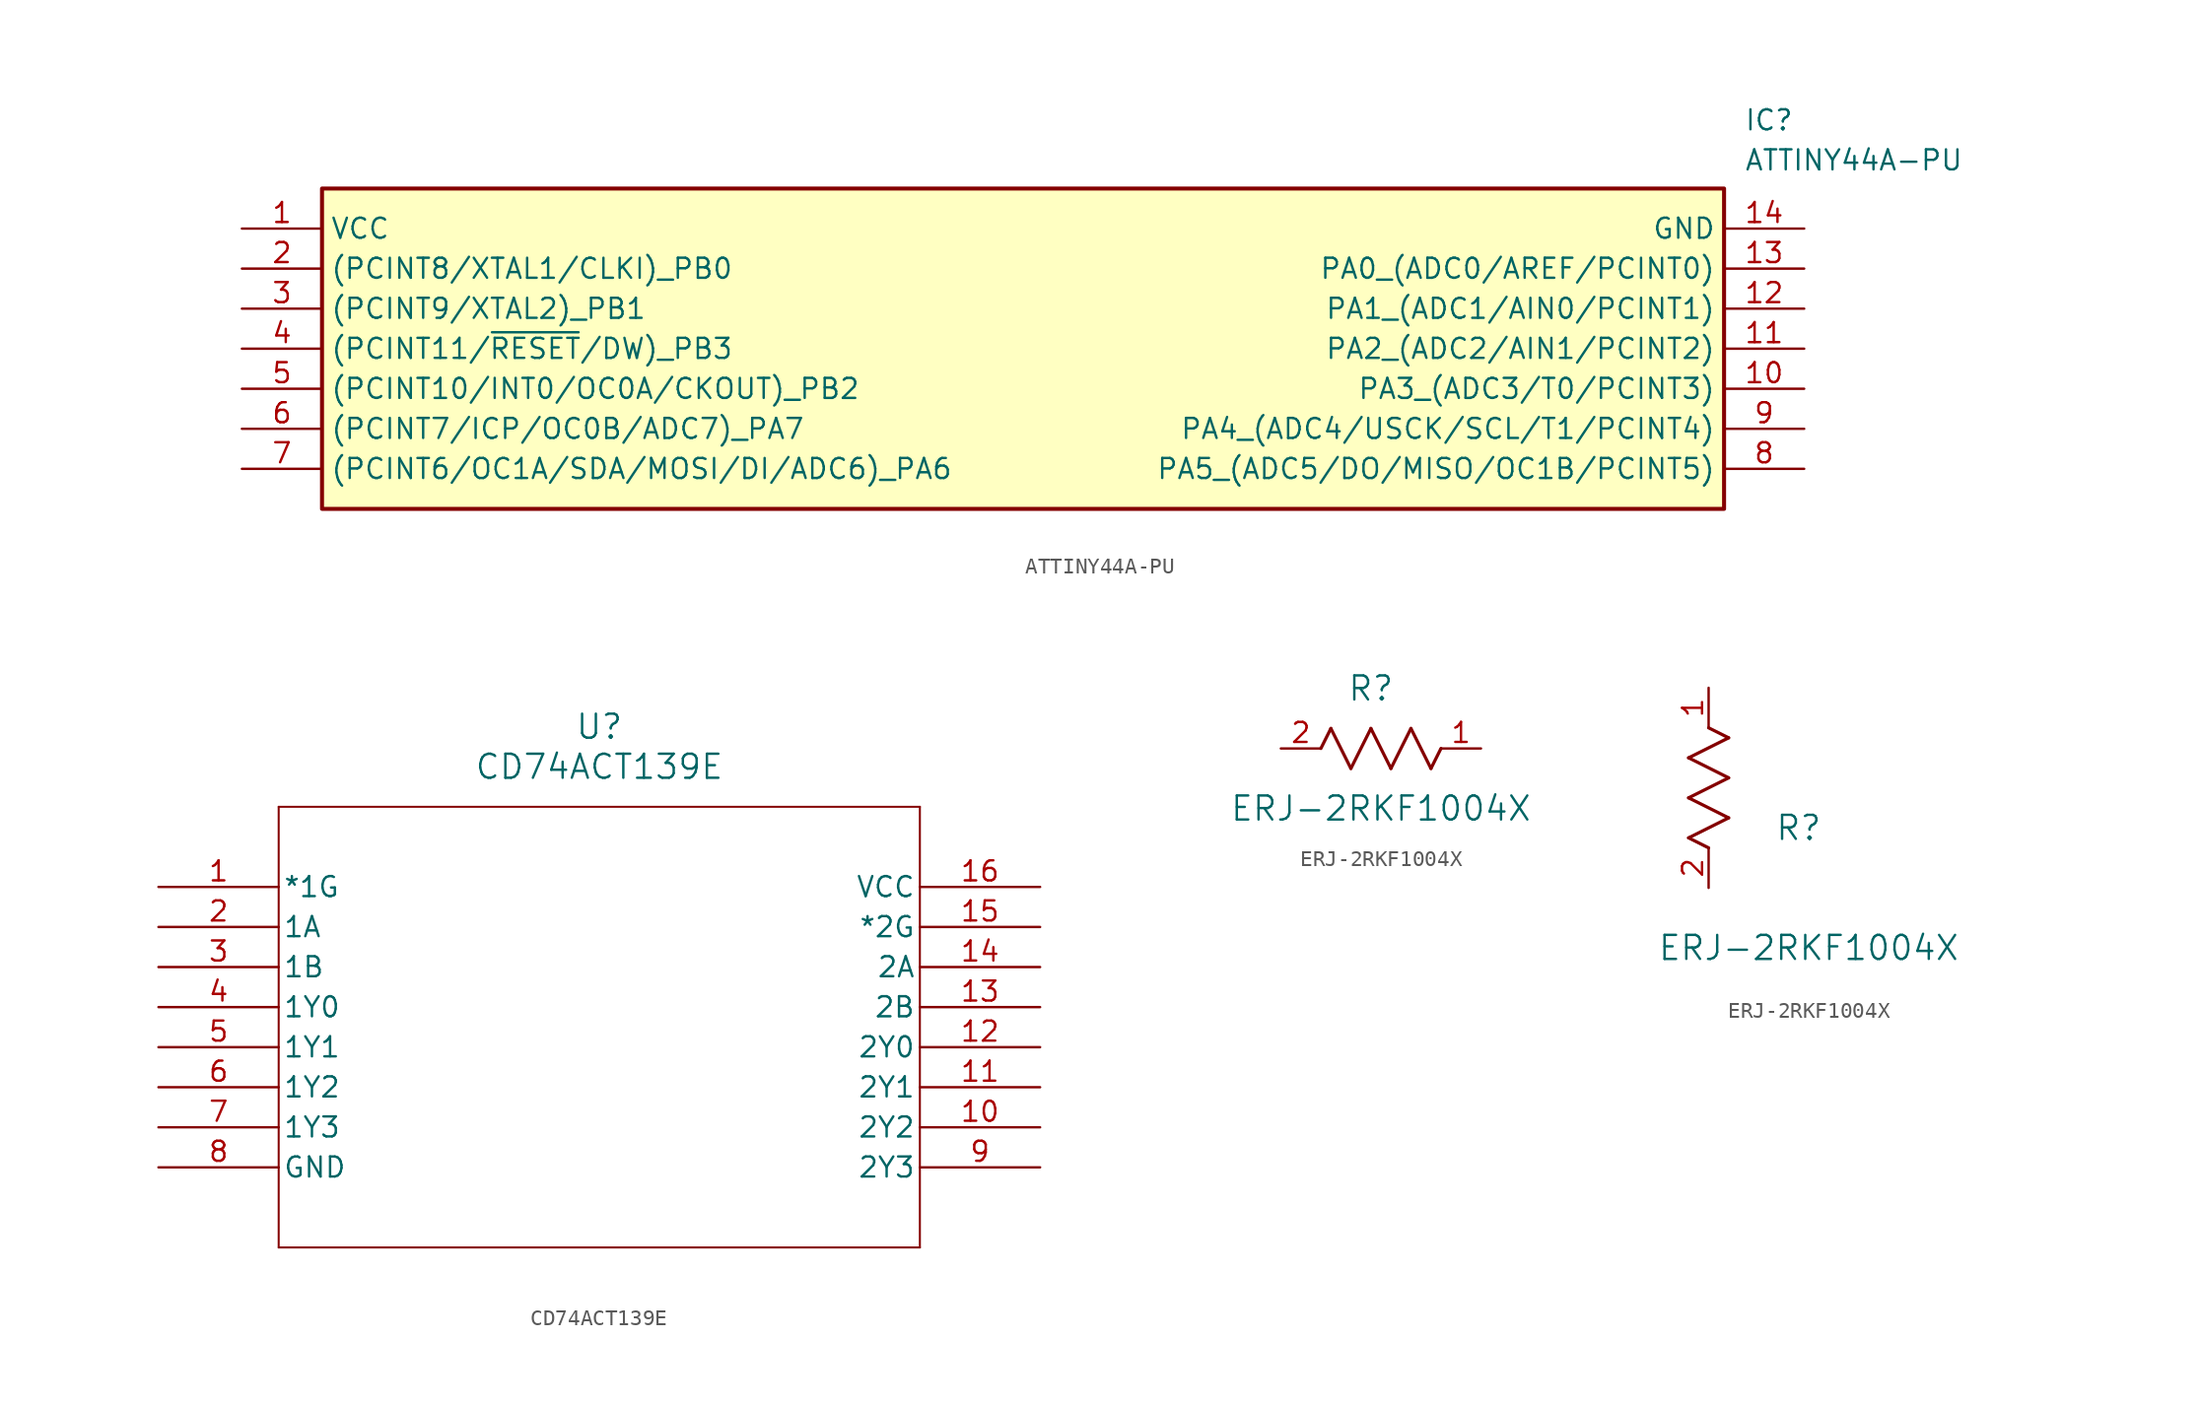
<source format=kicad_sym>
(kicad_symbol_lib
  (version 20220914)
  (generator kicad_symbol_editor)
  (symbol "ATTINY44A-PU"
    (property "Reference" "IC"
      (at 95.25 7.62 0)
      (effects (font (size 1.27 1.27)) (justify left top)))
    (property "Value" "ATTINY44A-PU"
      (at 95.25 5.08 0)
      (effects (font (size 1.27 1.27)) (justify left top)))
    (symbol "ATTINY44A-PU_1_1"
      (rectangle (start 5.08 2.54) (end 93.98 -17.78) (stroke (width 0.254) (type default)) (fill (type background)))
      (pin passive line (at 0 0 0) (length 5.08) (name "VCC" (effects (font (size 1.27 1.27)))) (number "1" (effects (font (size 1.27 1.27)))))
      (pin passive line (at 99.06 -10.16 180) (length 5.08) (name "PA3_(ADC3/T0/PCINT3)" (effects (font (size 1.27 1.27)))) (number "10" (effects (font (size 1.27 1.27)))))
      (pin passive line (at 99.06 -7.62 180) (length 5.08) (name "PA2_(ADC2/AIN1/PCINT2)" (effects (font (size 1.27 1.27)))) (number "11" (effects (font (size 1.27 1.27)))))
      (pin passive line (at 99.06 -5.08 180) (length 5.08) (name "PA1_(ADC1/AIN0/PCINT1)" (effects (font (size 1.27 1.27)))) (number "12" (effects (font (size 1.27 1.27)))))
      (pin passive line (at 99.06 -2.54 180) (length 5.08) (name "PA0_(ADC0/AREF/PCINT0)" (effects (font (size 1.27 1.27)))) (number "13" (effects (font (size 1.27 1.27)))))
      (pin passive line (at 99.06 0 180) (length 5.08) (name "GND" (effects (font (size 1.27 1.27)))) (number "14" (effects (font (size 1.27 1.27)))))
      (pin passive line (at 0 -2.54 0) (length 5.08) (name "(PCINT8/XTAL1/CLKI)_PB0" (effects (font (size 1.27 1.27)))) (number "2" (effects (font (size 1.27 1.27)))))
      (pin passive line (at 0 -5.08 0) (length 5.08) (name "(PCINT9/XTAL2)_PB1" (effects (font (size 1.27 1.27)))) (number "3" (effects (font (size 1.27 1.27)))))
      (pin passive line (at 0 -7.62 0) (length 5.08) (name "(PCINT11/~{RESET}/DW)_PB3" (effects (font (size 1.27 1.27)))) (number "4" (effects (font (size 1.27 1.27)))))
      (pin passive line (at 0 -10.16 0) (length 5.08) (name "(PCINT10/INT0/OC0A/CKOUT)_PB2" (effects (font (size 1.27 1.27)))) (number "5" (effects (font (size 1.27 1.27)))))
      (pin passive line (at 0 -12.7 0) (length 5.08) (name "(PCINT7/ICP/OC0B/ADC7)_PA7" (effects (font (size 1.27 1.27)))) (number "6" (effects (font (size 1.27 1.27)))))
      (pin passive line (at 0 -15.24 0) (length 5.08) (name "(PCINT6/OC1A/SDA/MOSI/DI/ADC6)_PA6" (effects (font (size 1.27 1.27)))) (number "7" (effects (font (size 1.27 1.27)))))
      (pin passive line (at 99.06 -15.24 180) (length 5.08) (name "PA5_(ADC5/DO/MISO/OC1B/PCINT5)" (effects (font (size 1.27 1.27)))) (number "8" (effects (font (size 1.27 1.27)))))
      (pin passive line (at 99.06 -12.7 180) (length 5.08) (name "PA4_(ADC4/USCK/SCL/T1/PCINT4)" (effects (font (size 1.27 1.27)))) (number "9" (effects (font (size 1.27 1.27)))))))
  (symbol "CD74ACT139E"
    (pin_names
      (offset 0.254))
    (property "Reference" "U"
      (at 27.94 10.16 0)
      (effects (font (size 1.524 1.524))))
    (property "Value" "CD74ACT139E"
      (at 27.94 7.62 0)
      (effects (font (size 1.524 1.524))))
    (property "ki_locked" ""
      (at 0 0 0)
      (effects (font (size 1.27 1.27))))
    (symbol "CD74ACT139E_0_1"
      (polyline (pts (xy 7.62 -22.86) (xy 48.26 -22.86)) (stroke (width 0.127) (type default)) (fill (type none)))
      (polyline (pts (xy 7.62 5.08) (xy 7.62 -22.86)) (stroke (width 0.127) (type default)) (fill (type none)))
      (polyline (pts (xy 48.26 -22.86) (xy 48.26 5.08)) (stroke (width 0.127) (type default)) (fill (type none)))
      (polyline (pts (xy 48.26 5.08) (xy 7.62 5.08)) (stroke (width 0.127) (type default)) (fill (type none)))
      (pin input line (at 0 0 0) (length 7.62) (name "*1G" (effects (font (size 1.27 1.27)))) (number "1" (effects (font (size 1.27 1.27)))))
      (pin unspecified line (at 55.88 -15.24 180) (length 7.62) (name "2Y2" (effects (font (size 1.27 1.27)))) (number "10" (effects (font (size 1.27 1.27)))))
      (pin unspecified line (at 55.88 -12.7 180) (length 7.62) (name "2Y1" (effects (font (size 1.27 1.27)))) (number "11" (effects (font (size 1.27 1.27)))))
      (pin unspecified line (at 55.88 -10.16 180) (length 7.62) (name "2Y0" (effects (font (size 1.27 1.27)))) (number "12" (effects (font (size 1.27 1.27)))))
      (pin input line (at 55.88 -7.62 180) (length 7.62) (name "2B" (effects (font (size 1.27 1.27)))) (number "13" (effects (font (size 1.27 1.27)))))
      (pin input line (at 55.88 -5.08 180) (length 7.62) (name "2A" (effects (font (size 1.27 1.27)))) (number "14" (effects (font (size 1.27 1.27)))))
      (pin input line (at 55.88 -2.54 180) (length 7.62) (name "*2G" (effects (font (size 1.27 1.27)))) (number "15" (effects (font (size 1.27 1.27)))))
      (pin power_in line (at 55.88 0 180) (length 7.62) (name "VCC" (effects (font (size 1.27 1.27)))) (number "16" (effects (font (size 1.27 1.27)))))
      (pin input line (at 0 -2.54 0) (length 7.62) (name "1A" (effects (font (size 1.27 1.27)))) (number "2" (effects (font (size 1.27 1.27)))))
      (pin input line (at 0 -5.08 0) (length 7.62) (name "1B" (effects (font (size 1.27 1.27)))) (number "3" (effects (font (size 1.27 1.27)))))
      (pin unspecified line (at 0 -7.62 0) (length 7.62) (name "1Y0" (effects (font (size 1.27 1.27)))) (number "4" (effects (font (size 1.27 1.27)))))
      (pin unspecified line (at 0 -10.16 0) (length 7.62) (name "1Y1" (effects (font (size 1.27 1.27)))) (number "5" (effects (font (size 1.27 1.27)))))
      (pin unspecified line (at 0 -12.7 0) (length 7.62) (name "1Y2" (effects (font (size 1.27 1.27)))) (number "6" (effects (font (size 1.27 1.27)))))
      (pin unspecified line (at 0 -15.24 0) (length 7.62) (name "1Y3" (effects (font (size 1.27 1.27)))) (number "7" (effects (font (size 1.27 1.27)))))
      (pin power_in line (at 0 -17.78 0) (length 7.62) (name "GND" (effects (font (size 1.27 1.27)))) (number "8" (effects (font (size 1.27 1.27)))))
      (pin unspecified line (at 55.88 -17.78 180) (length 7.62) (name "2Y3" (effects (font (size 1.27 1.27)))) (number "9" (effects (font (size 1.27 1.27)))))))
  (symbol "ERJ-2RKF1004X"
    (pin_names
      (offset 0.254))
    (property "Reference" "R"
      (at 5.715 3.81 0)
      (effects (font (size 1.524 1.524))))
    (property "Value" "ERJ-2RKF1004X"
      (at 6.35 -3.81 0)
      (effects (font (size 1.524 1.524))))
    (property "ki_locked" ""
      (at 0 0 0)
      (effects (font (size 1.27 1.27))))
    (symbol "ERJ-2RKF1004X_1_1"
      (polyline (pts (xy 2.54 0) (xy 3.175 1.27)) (stroke (width 0.203) (type default)) (fill (type none)))
      (polyline (pts (xy 3.175 1.27) (xy 4.445 -1.27)) (stroke (width 0.203) (type default)) (fill (type none)))
      (polyline (pts (xy 4.445 -1.27) (xy 5.715 1.27)) (stroke (width 0.203) (type default)) (fill (type none)))
      (polyline (pts (xy 5.715 1.27) (xy 6.985 -1.27)) (stroke (width 0.203) (type default)) (fill (type none)))
      (polyline (pts (xy 6.985 -1.27) (xy 8.255 1.27)) (stroke (width 0.203) (type default)) (fill (type none)))
      (polyline (pts (xy 8.255 1.27) (xy 9.525 -1.27)) (stroke (width 0.203) (type default)) (fill (type none)))
      (polyline (pts (xy 9.525 -1.27) (xy 10.16 0)) (stroke (width 0.203) (type default)) (fill (type none)))
      (pin unspecified line (at 12.7 0 180) (length 2.54) (name "" (effects (font (size 1.27 1.27)))) (number "1" (effects (font (size 1.27 1.27)))))
      (pin unspecified line (at 0 0 0) (length 2.54) (name "" (effects (font (size 1.27 1.27)))) (number "2" (effects (font (size 1.27 1.27))))))
    (symbol "ERJ-2RKF1004X_1_2"
      (polyline (pts (xy -1.27 3.175) (xy 1.27 4.445)) (stroke (width 0.203) (type default)) (fill (type none)))
      (polyline (pts (xy -1.27 5.715) (xy 1.27 6.985)) (stroke (width 0.203) (type default)) (fill (type none)))
      (polyline (pts (xy -1.27 8.255) (xy 1.27 9.525)) (stroke (width 0.203) (type default)) (fill (type none)))
      (polyline (pts (xy 0 2.54) (xy -1.27 3.175)) (stroke (width 0.203) (type default)) (fill (type none)))
      (polyline (pts (xy 1.27 4.445) (xy -1.27 5.715)) (stroke (width 0.203) (type default)) (fill (type none)))
      (polyline (pts (xy 1.27 6.985) (xy -1.27 8.255)) (stroke (width 0.203) (type default)) (fill (type none)))
      (polyline (pts (xy 1.27 9.525) (xy 0 10.16)) (stroke (width 0.203) (type default)) (fill (type none)))
      (pin unspecified line (at 0 12.7 270) (length 2.54) (name "" (effects (font (size 1.27 1.27)))) (number "1" (effects (font (size 1.27 1.27)))))
      (pin unspecified line (at 0 0 90) (length 2.54) (name "" (effects (font (size 1.27 1.27)))) (number "2" (effects (font (size 1.27 1.27))))))))
</source>
